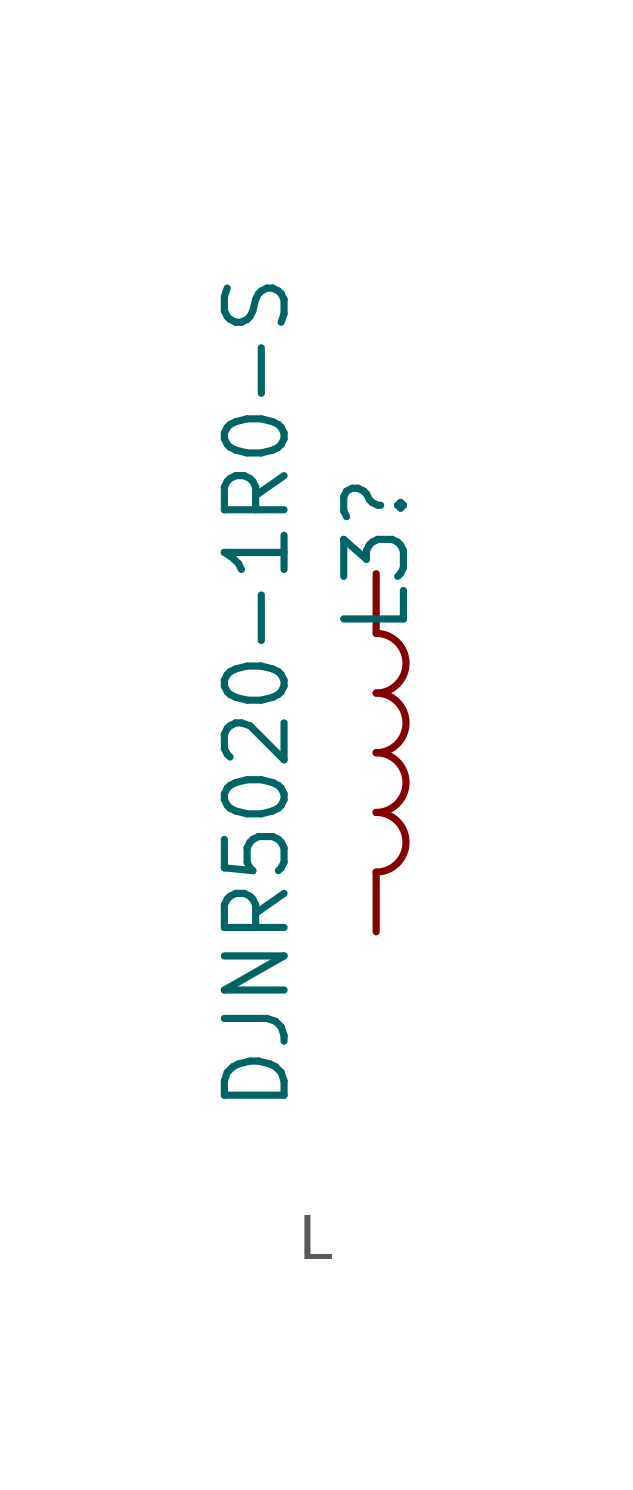
<source format=kicad_sym>
(kicad_symbol_lib
  (version 20211014)
  (generator kicad_symbol_editor)
  (symbol "L"
    (pin_numbers hide)
    (pin_names
      (offset 1.016) hide)
    (property "Reference" "L3"
      (at 0 4.208 90)
      (effects (font (size 1.27 1.27))))
    (property "Value" "DJNR5020-1R0-S"
      (at -2.54 1.27 90)
      (effects (font (size 1.27 1.27))))
    (symbol "L_0_1"
      (arc (start 0 -2.54) (mid 0.635 -1.905) (end 0 -1.27) (stroke (width 0) (type default) (color 0 0 0 0)) (fill (type none)))
      (arc (start 0 -1.27) (mid 0.635 -0.635) (end 0 0) (stroke (width 0) (type default) (color 0 0 0 0)) (fill (type none)))
      (arc (start 0 0) (mid 0.635 0.635) (end 0 1.27) (stroke (width 0) (type default) (color 0 0 0 0)) (fill (type none)))
      (arc (start 0 1.27) (mid 0.635 1.905) (end 0 2.54) (stroke (width 0) (type default) (color 0 0 0 0)) (fill (type none))))
    (symbol "L_1_1"
      (pin passive line (at 0 3.81 270) (length 1.27) (name "1" (effects (font (size 1.27 1.27)))) (number "1" (effects (font (size 1.27 1.27)))))
      (pin power_out line (at 0 -3.81 90) (length 1.27) (name "2" (effects (font (size 1.27 1.27)))) (number "2" (effects (font (size 1.27 1.27))))))))
</source>
